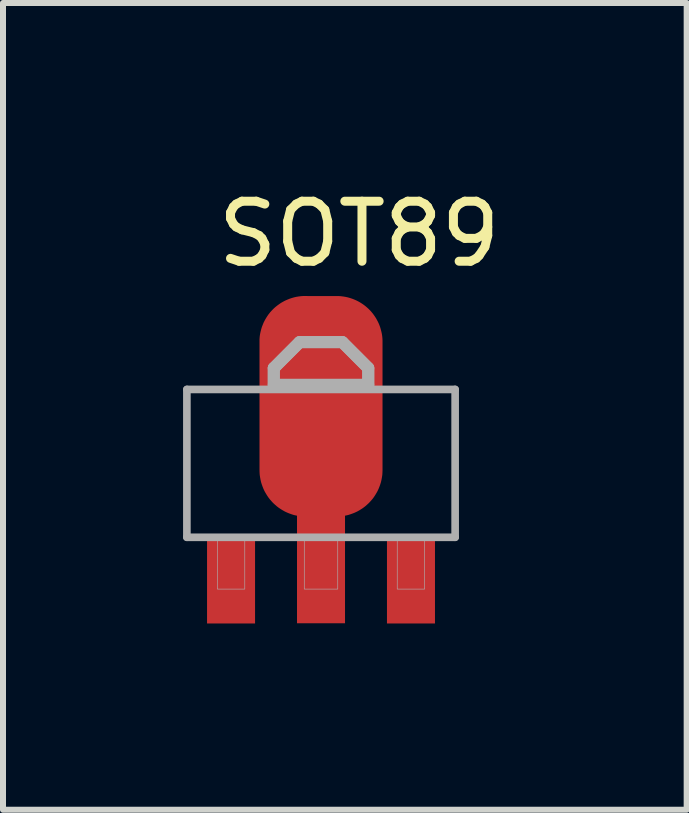
<source format=kicad_pcb>
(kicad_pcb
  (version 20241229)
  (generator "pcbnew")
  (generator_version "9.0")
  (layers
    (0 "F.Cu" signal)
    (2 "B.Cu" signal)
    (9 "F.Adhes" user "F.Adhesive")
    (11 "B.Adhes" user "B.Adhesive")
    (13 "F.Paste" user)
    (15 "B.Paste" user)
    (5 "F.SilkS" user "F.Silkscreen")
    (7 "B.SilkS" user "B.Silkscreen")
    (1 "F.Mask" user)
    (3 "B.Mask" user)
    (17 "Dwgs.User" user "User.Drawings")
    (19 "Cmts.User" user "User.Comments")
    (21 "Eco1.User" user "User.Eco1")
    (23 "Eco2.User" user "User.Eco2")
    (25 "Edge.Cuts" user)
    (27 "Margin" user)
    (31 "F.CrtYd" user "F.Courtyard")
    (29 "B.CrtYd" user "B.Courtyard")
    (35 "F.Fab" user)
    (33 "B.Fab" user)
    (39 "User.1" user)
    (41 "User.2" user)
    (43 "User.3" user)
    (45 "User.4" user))
  (footprint "SOT89"
    (layer "F.Cu")
    (at 2.299 4.658)
    (property "Reference" "SOT89" (at 0.635 -3.81 0) (layer "F.SilkS") (effects (font (size 1 1) (thickness 0.15))))
    (attr through_hole)
    (fp_poly (pts (xy -0.5 1.18) (xy 0.5 1.18) (xy 0.5 2.78) (xy -0.5 2.78)) (stroke (width 0.01) (type solid)) (fill yes) (layer "F.Mask"))
    (fp_poly (pts (xy -0.275 -2.025) (xy -0.275 0.15) (xy 0.25 0.15) (xy 0.25 -2.025)) (stroke (width 1.7) (type solid)) (fill yes) (layer "F.Mask"))
    (fp_poly (pts (xy -0.4 1.28) (xy 0.4 1.28) (xy 0.4 2.68) (xy -0.4 2.68)) (stroke (width 0.01) (type solid)) (fill yes) (layer "F.Paste"))
    (fp_poly (pts (xy -0.25 -2.05) (xy 0.275 -2.05) (xy 0.275 0.125) (xy -0.25 0.125)) (stroke (width 1.3) (type solid)) (fill yes) (layer "F.Paste"))
    (fp_line (start -2.235 -1.219) (end 2.235 -1.219) (stroke (width 0.127) (type solid)) (layer "F.Fab"))
    (fp_line (start -2.235 1.245) (end -2.235 -1.219) (stroke (width 0.127) (type solid)) (layer "F.Fab"))
    (fp_line (start -0.787 -1.575) (end -0.356 -2.007) (stroke (width 0.2) (type solid)) (layer "F.Fab"))
    (fp_line (start -0.787 -1.295) (end -0.787 -1.575) (stroke (width 0.2) (type solid)) (layer "F.Fab"))
    (fp_line (start -0.356 -2.007) (end 0.356 -2.007) (stroke (width 0.2) (type solid)) (layer "F.Fab"))
    (fp_line (start 0.356 -2.007) (end 0.787 -1.575) (stroke (width 0.2) (type solid)) (layer "F.Fab"))
    (fp_line (start 0.787 -1.575) (end 0.787 -1.295) (stroke (width 0.2) (type solid)) (layer "F.Fab"))
    (fp_line (start 0.787 -1.295) (end -0.787 -1.295) (stroke (width 0.2) (type solid)) (layer "F.Fab"))
    (fp_line (start 2.235 -1.219) (end 2.235 1.245) (stroke (width 0.127) (type solid)) (layer "F.Fab"))
    (fp_line (start 2.235 1.245) (end -2.235 1.245) (stroke (width 0.127) (type solid)) (layer "F.Fab"))
    (fp_poly (pts (xy -1.727 1.27) (xy -1.27 1.27) (xy -1.27 2.108) (xy -1.727 2.108)) (stroke (width 0.01) (type solid)) (fill no) (layer "F.Fab"))
    (fp_poly (pts (xy -0.279 1.27) (xy 0.279 1.27) (xy 0.279 2.108) (xy -0.279 2.108)) (stroke (width 0.01) (type solid)) (fill no) (layer "F.Fab"))
    (fp_poly (pts (xy 1.27 1.27) (xy 1.727 1.27) (xy 1.727 2.108) (xy 1.27 2.108)) (stroke (width 0.01) (type solid)) (fill no) (layer "F.Fab"))
    (fp_poly (pts (xy -0.787 -1.321) (xy -0.787 -1.575) (xy -0.356 -2.007) (xy 0.305 -2.007) (xy 0.356 -2.007) (xy 0.787 -1.575) (xy 0.787 -1.295) (xy -0.787 -1.295)) (stroke (width 0.2) (type solid)) (fill no) (layer "F.Fab"))
    (pad "1" smd rect (at -1.499 1.981) (size 0.8 1.4) (layers "F.Cu" "F.Mask" "F.Paste"))
    (pad "2" smd custom (at 0 1.727) (size 0.8 1.9) (layers "F.Cu") (options (anchor rect)) (primitives (gr_poly (pts (xy 0.25 0.323) (xy -0.25 0.323) (xy -0.25 -0.977) (xy -0.283 -0.978) (xy -0.315 -0.98) (xy -0.348 -0.985) (xy -0.38 -0.991) (xy -0.412 -0.998) (xy -0.443 -1.008) (xy -0.474 -1.019) (xy -0.504 -1.031) (xy -0.534 -1.045) (xy -0.562 -1.061) (xy -0.59 -1.078) (xy -0.617 -1.096) (xy -0.643 -1.116) (xy -0.668 -1.138) (xy -0.692 -1.16) (xy -0.714 -1.184) (xy -0.736 -1.209) (xy -0.756 -1.235) (xy -0.774 -1.262) (xy -0.791 -1.29) (xy -0.807 -1.318) (xy -0.821 -1.348) (xy -0.833 -1.378) (xy -0.844 -1.409) (xy -0.854 -1.44) (xy -0.861 -1.472) (xy -0.867 -1.504) (xy -0.872 -1.537) (xy -0.874 -1.569) (xy -0.875 -1.602) (xy -0.875 -3.777) (xy -0.872 -3.814) (xy -0.867 -3.846) (xy -0.86 -3.878) (xy -0.852 -3.909) (xy -0.843 -3.939) (xy -0.831 -3.969) (xy -0.819 -3.999) (xy -0.804 -4.028) (xy -0.788 -4.056) (xy -0.771 -4.083) (xy -0.753 -4.109) (xy -0.733 -4.134) (xy -0.711 -4.158) (xy -0.689 -4.181) (xy -0.665 -4.203) (xy -0.64 -4.223) (xy -0.614 -4.242) (xy -0.588 -4.26) (xy -0.56 -4.276) (xy -0.532 -4.291) (xy -0.502 -4.304) (xy -0.472 -4.316) (xy -0.442 -4.326) (xy -0.411 -4.335) (xy -0.38 -4.342) (xy -0.348 -4.347) (xy -0.316 -4.351) (xy -0.284 -4.353) (xy -0.252 -4.353) (xy -0.225 -4.352) (xy 0.25 -4.352) (xy 0.284 -4.352) (xy 0.316 -4.35) (xy 0.348 -4.346) (xy 0.379 -4.341) (xy 0.411 -4.334) (xy 0.442 -4.325) (xy 0.472 -4.315) (xy 0.502 -4.303) (xy 0.531 -4.29) (xy 0.56 -4.275) (xy 0.587 -4.259) (xy 0.614 -4.241) (xy 0.64 -4.222) (xy 0.664 -4.202) (xy 0.688 -4.18) (xy 0.711 -4.157) (xy 0.732 -4.133) (xy 0.752 -4.108) (xy 0.77 -4.082) (xy 0.788 -4.055) (xy 0.803 -4.027) (xy 0.818 -3.998) (xy 0.831 -3.969) (xy 0.842 -3.939) (xy 0.851 -3.908) (xy 0.859 -3.877) (xy 0.866 -3.846) (xy 0.871 -3.814) (xy 0.874 -3.782) (xy 0.875 -3.752) (xy 0.875 -1.602) (xy 0.874 -1.569) (xy 0.872 -1.537) (xy 0.867 -1.504) (xy 0.861 -1.472) (xy 0.854 -1.44) (xy 0.844 -1.409) (xy 0.833 -1.378) (xy 0.821 -1.348) (xy 0.807 -1.318) (xy 0.791 -1.29) (xy 0.774 -1.262) (xy 0.756 -1.235) (xy 0.736 -1.209) (xy 0.714 -1.184) (xy 0.692 -1.16) (xy 0.668 -1.138) (xy 0.643 -1.116) (xy 0.617 -1.096) (xy 0.59 -1.078) (xy 0.563 -1.061) (xy 0.534 -1.045) (xy 0.504 -1.031) (xy 0.474 -1.019) (xy 0.443 -1.008) (xy 0.412 -0.998) (xy 0.38 -0.991) (xy 0.348 -0.985) (xy 0.315 -0.98) (xy 0.283 -0.978) (xy 0.25 -0.977) (xy 0.25 0.323)) (width 0.3) (fill yes))))
    (pad "3" smd rect (at 1.499 1.981) (size 0.8 1.4) (layers "F.Cu" "F.Mask" "F.Paste")))
  (gr_rect
    (start -3 -3)
    (end 8.392 10.443)
    (stroke (width 0.1) (type default))
    (fill no)
    (layer "Edge.Cuts")))
</source>
